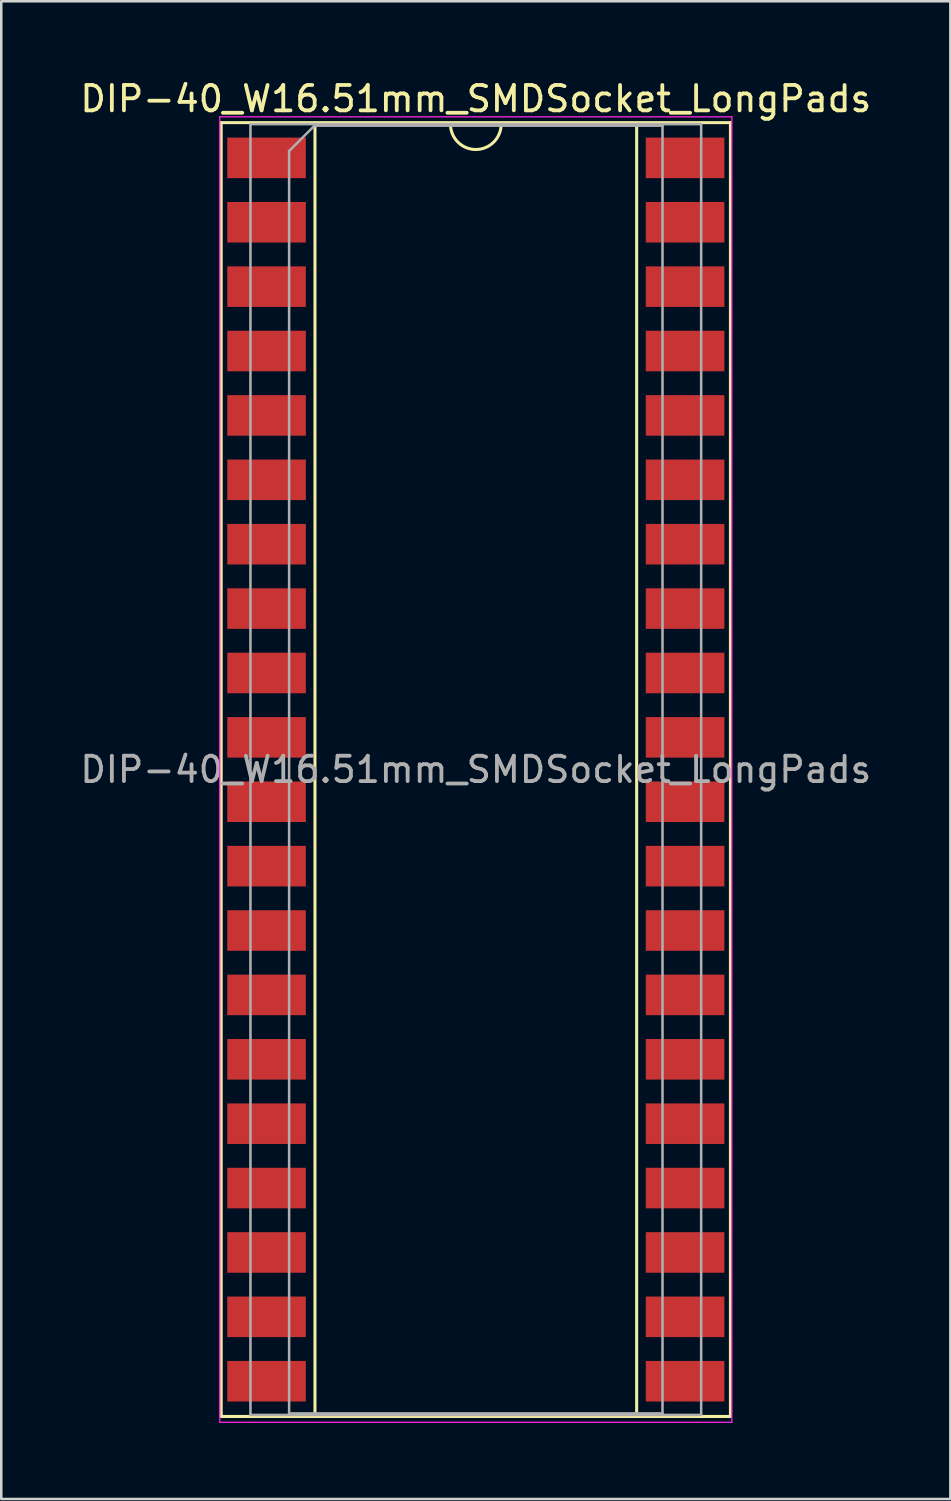
<source format=kicad_pcb>
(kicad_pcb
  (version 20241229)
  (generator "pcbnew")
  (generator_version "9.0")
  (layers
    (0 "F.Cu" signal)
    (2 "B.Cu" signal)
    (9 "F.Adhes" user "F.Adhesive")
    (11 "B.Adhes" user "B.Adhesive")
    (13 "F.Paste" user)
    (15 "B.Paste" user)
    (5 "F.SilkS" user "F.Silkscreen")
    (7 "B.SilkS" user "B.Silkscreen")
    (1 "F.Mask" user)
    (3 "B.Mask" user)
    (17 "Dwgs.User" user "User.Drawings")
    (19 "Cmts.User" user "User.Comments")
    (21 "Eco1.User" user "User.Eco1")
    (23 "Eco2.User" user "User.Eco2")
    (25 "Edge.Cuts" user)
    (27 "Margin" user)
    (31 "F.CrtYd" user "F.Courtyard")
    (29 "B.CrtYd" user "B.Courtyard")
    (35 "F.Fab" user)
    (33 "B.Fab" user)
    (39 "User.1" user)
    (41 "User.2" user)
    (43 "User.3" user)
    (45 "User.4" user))
  (footprint "DIP-40_W16.51mm_SMDSocket_LongPads"
    (layer "F.Cu")
    (at 15.72 27.308)
    (property "Reference" "DIP-40_W16.51mm_SMDSocket_LongPads" (at 0 -26.46 0) (layer "F.SilkS") (effects (font (size 1 1) (thickness 0.15))))
    (attr smd)
    (fp_line (start -10.045 -25.52) (end -10.045 25.52) (stroke (width 0.12) (type solid)) (layer "F.SilkS"))
    (fp_line (start -10.045 25.52) (end 10.045 25.52) (stroke (width 0.12) (type solid)) (layer "F.SilkS"))
    (fp_line (start -6.345 -25.46) (end -6.345 25.46) (stroke (width 0.12) (type solid)) (layer "F.SilkS"))
    (fp_line (start -6.345 25.46) (end 6.345 25.46) (stroke (width 0.12) (type solid)) (layer "F.SilkS"))
    (fp_line (start -1 -25.46) (end -6.345 -25.46) (stroke (width 0.12) (type solid)) (layer "F.SilkS"))
    (fp_line (start 6.345 -25.46) (end 1 -25.46) (stroke (width 0.12) (type solid)) (layer "F.SilkS"))
    (fp_line (start 6.345 25.46) (end 6.345 -25.46) (stroke (width 0.12) (type solid)) (layer "F.SilkS"))
    (fp_line (start 10.045 -25.52) (end -10.045 -25.52) (stroke (width 0.12) (type solid)) (layer "F.SilkS"))
    (fp_line (start 10.045 25.52) (end 10.045 -25.52) (stroke (width 0.12) (type solid)) (layer "F.SilkS"))
    (fp_arc (start 1 -25.46) (mid 0 -24.46) (end -1 -25.46) (stroke (width 0.12) (type solid)) (layer "F.SilkS"))
    (fp_line (start -10.1 -25.75) (end -10.1 25.75) (stroke (width 0.05) (type solid)) (layer "F.CrtYd"))
    (fp_line (start -10.1 25.75) (end 10.1 25.75) (stroke (width 0.05) (type solid)) (layer "F.CrtYd"))
    (fp_line (start 10.1 -25.75) (end -10.1 -25.75) (stroke (width 0.05) (type solid)) (layer "F.CrtYd"))
    (fp_line (start 10.1 25.75) (end 10.1 -25.75) (stroke (width 0.05) (type solid)) (layer "F.CrtYd"))
    (fp_line (start -8.89 -25.46) (end -8.89 25.46) (stroke (width 0.1) (type solid)) (layer "F.Fab"))
    (fp_line (start -8.89 25.46) (end 8.89 25.46) (stroke (width 0.1) (type solid)) (layer "F.Fab"))
    (fp_line (start -7.365 -24.4) (end -6.365 -25.4) (stroke (width 0.1) (type solid)) (layer "F.Fab"))
    (fp_line (start -7.365 25.4) (end -7.365 -24.4) (stroke (width 0.1) (type solid)) (layer "F.Fab"))
    (fp_line (start -6.365 -25.4) (end 7.365 -25.4) (stroke (width 0.1) (type solid)) (layer "F.Fab"))
    (fp_line (start 7.365 -25.4) (end 7.365 25.4) (stroke (width 0.1) (type solid)) (layer "F.Fab"))
    (fp_line (start 7.365 25.4) (end -7.365 25.4) (stroke (width 0.1) (type solid)) (layer "F.Fab"))
    (fp_line (start 8.89 -25.46) (end -8.89 -25.46) (stroke (width 0.1) (type solid)) (layer "F.Fab"))
    (fp_line (start 8.89 25.46) (end 8.89 -25.46) (stroke (width 0.1) (type solid)) (layer "F.Fab"))
    (fp_text user "${REFERENCE}" (at 0 0 0) (layer "F.Fab") (effects (font (size 1 1) (thickness 0.15))))
    (pad "1" smd rect (at -8.255 -24.13) (size 3.1 1.6) (layers "F.Cu" "F.Mask" "F.Paste"))
    (pad "2" smd rect (at -8.255 -21.59) (size 3.1 1.6) (layers "F.Cu" "F.Mask" "F.Paste"))
    (pad "3" smd rect (at -8.255 -19.05) (size 3.1 1.6) (layers "F.Cu" "F.Mask" "F.Paste"))
    (pad "4" smd rect (at -8.255 -16.51) (size 3.1 1.6) (layers "F.Cu" "F.Mask" "F.Paste"))
    (pad "5" smd rect (at -8.255 -13.97) (size 3.1 1.6) (layers "F.Cu" "F.Mask" "F.Paste"))
    (pad "6" smd rect (at -8.255 -11.43) (size 3.1 1.6) (layers "F.Cu" "F.Mask" "F.Paste"))
    (pad "7" smd rect (at -8.255 -8.89) (size 3.1 1.6) (layers "F.Cu" "F.Mask" "F.Paste"))
    (pad "8" smd rect (at -8.255 -6.35) (size 3.1 1.6) (layers "F.Cu" "F.Mask" "F.Paste"))
    (pad "9" smd rect (at -8.255 -3.81) (size 3.1 1.6) (layers "F.Cu" "F.Mask" "F.Paste"))
    (pad "10" smd rect (at -8.255 -1.27) (size 3.1 1.6) (layers "F.Cu" "F.Mask" "F.Paste"))
    (pad "11" smd rect (at -8.255 1.27) (size 3.1 1.6) (layers "F.Cu" "F.Mask" "F.Paste"))
    (pad "12" smd rect (at -8.255 3.81) (size 3.1 1.6) (layers "F.Cu" "F.Mask" "F.Paste"))
    (pad "13" smd rect (at -8.255 6.35) (size 3.1 1.6) (layers "F.Cu" "F.Mask" "F.Paste"))
    (pad "14" smd rect (at -8.255 8.89) (size 3.1 1.6) (layers "F.Cu" "F.Mask" "F.Paste"))
    (pad "15" smd rect (at -8.255 11.43) (size 3.1 1.6) (layers "F.Cu" "F.Mask" "F.Paste"))
    (pad "16" smd rect (at -8.255 13.97) (size 3.1 1.6) (layers "F.Cu" "F.Mask" "F.Paste"))
    (pad "17" smd rect (at -8.255 16.51) (size 3.1 1.6) (layers "F.Cu" "F.Mask" "F.Paste"))
    (pad "18" smd rect (at -8.255 19.05) (size 3.1 1.6) (layers "F.Cu" "F.Mask" "F.Paste"))
    (pad "19" smd rect (at -8.255 21.59) (size 3.1 1.6) (layers "F.Cu" "F.Mask" "F.Paste"))
    (pad "20" smd rect (at -8.255 24.13) (size 3.1 1.6) (layers "F.Cu" "F.Mask" "F.Paste"))
    (pad "21" smd rect (at 8.255 24.13) (size 3.1 1.6) (layers "F.Cu" "F.Mask" "F.Paste"))
    (pad "22" smd rect (at 8.255 21.59) (size 3.1 1.6) (layers "F.Cu" "F.Mask" "F.Paste"))
    (pad "23" smd rect (at 8.255 19.05) (size 3.1 1.6) (layers "F.Cu" "F.Mask" "F.Paste"))
    (pad "24" smd rect (at 8.255 16.51) (size 3.1 1.6) (layers "F.Cu" "F.Mask" "F.Paste"))
    (pad "25" smd rect (at 8.255 13.97) (size 3.1 1.6) (layers "F.Cu" "F.Mask" "F.Paste"))
    (pad "26" smd rect (at 8.255 11.43) (size 3.1 1.6) (layers "F.Cu" "F.Mask" "F.Paste"))
    (pad "27" smd rect (at 8.255 8.89) (size 3.1 1.6) (layers "F.Cu" "F.Mask" "F.Paste"))
    (pad "28" smd rect (at 8.255 6.35) (size 3.1 1.6) (layers "F.Cu" "F.Mask" "F.Paste"))
    (pad "29" smd rect (at 8.255 3.81) (size 3.1 1.6) (layers "F.Cu" "F.Mask" "F.Paste"))
    (pad "30" smd rect (at 8.255 1.27) (size 3.1 1.6) (layers "F.Cu" "F.Mask" "F.Paste"))
    (pad "31" smd rect (at 8.255 -1.27) (size 3.1 1.6) (layers "F.Cu" "F.Mask" "F.Paste"))
    (pad "32" smd rect (at 8.255 -3.81) (size 3.1 1.6) (layers "F.Cu" "F.Mask" "F.Paste"))
    (pad "33" smd rect (at 8.255 -6.35) (size 3.1 1.6) (layers "F.Cu" "F.Mask" "F.Paste"))
    (pad "34" smd rect (at 8.255 -8.89) (size 3.1 1.6) (layers "F.Cu" "F.Mask" "F.Paste"))
    (pad "35" smd rect (at 8.255 -11.43) (size 3.1 1.6) (layers "F.Cu" "F.Mask" "F.Paste"))
    (pad "36" smd rect (at 8.255 -13.97) (size 3.1 1.6) (layers "F.Cu" "F.Mask" "F.Paste"))
    (pad "37" smd rect (at 8.255 -16.51) (size 3.1 1.6) (layers "F.Cu" "F.Mask" "F.Paste"))
    (pad "38" smd rect (at 8.255 -19.05) (size 3.1 1.6) (layers "F.Cu" "F.Mask" "F.Paste"))
    (pad "39" smd rect (at 8.255 -21.59) (size 3.1 1.6) (layers "F.Cu" "F.Mask" "F.Paste"))
    (pad "40" smd rect (at 8.255 -24.13) (size 3.1 1.6) (layers "F.Cu" "F.Mask" "F.Paste")))
  (gr_rect
    (start -3 -3)
    (end 34.44 56.083)
    (stroke (width 0.1) (type default))
    (fill no)
    (layer "Edge.Cuts")))
</source>
